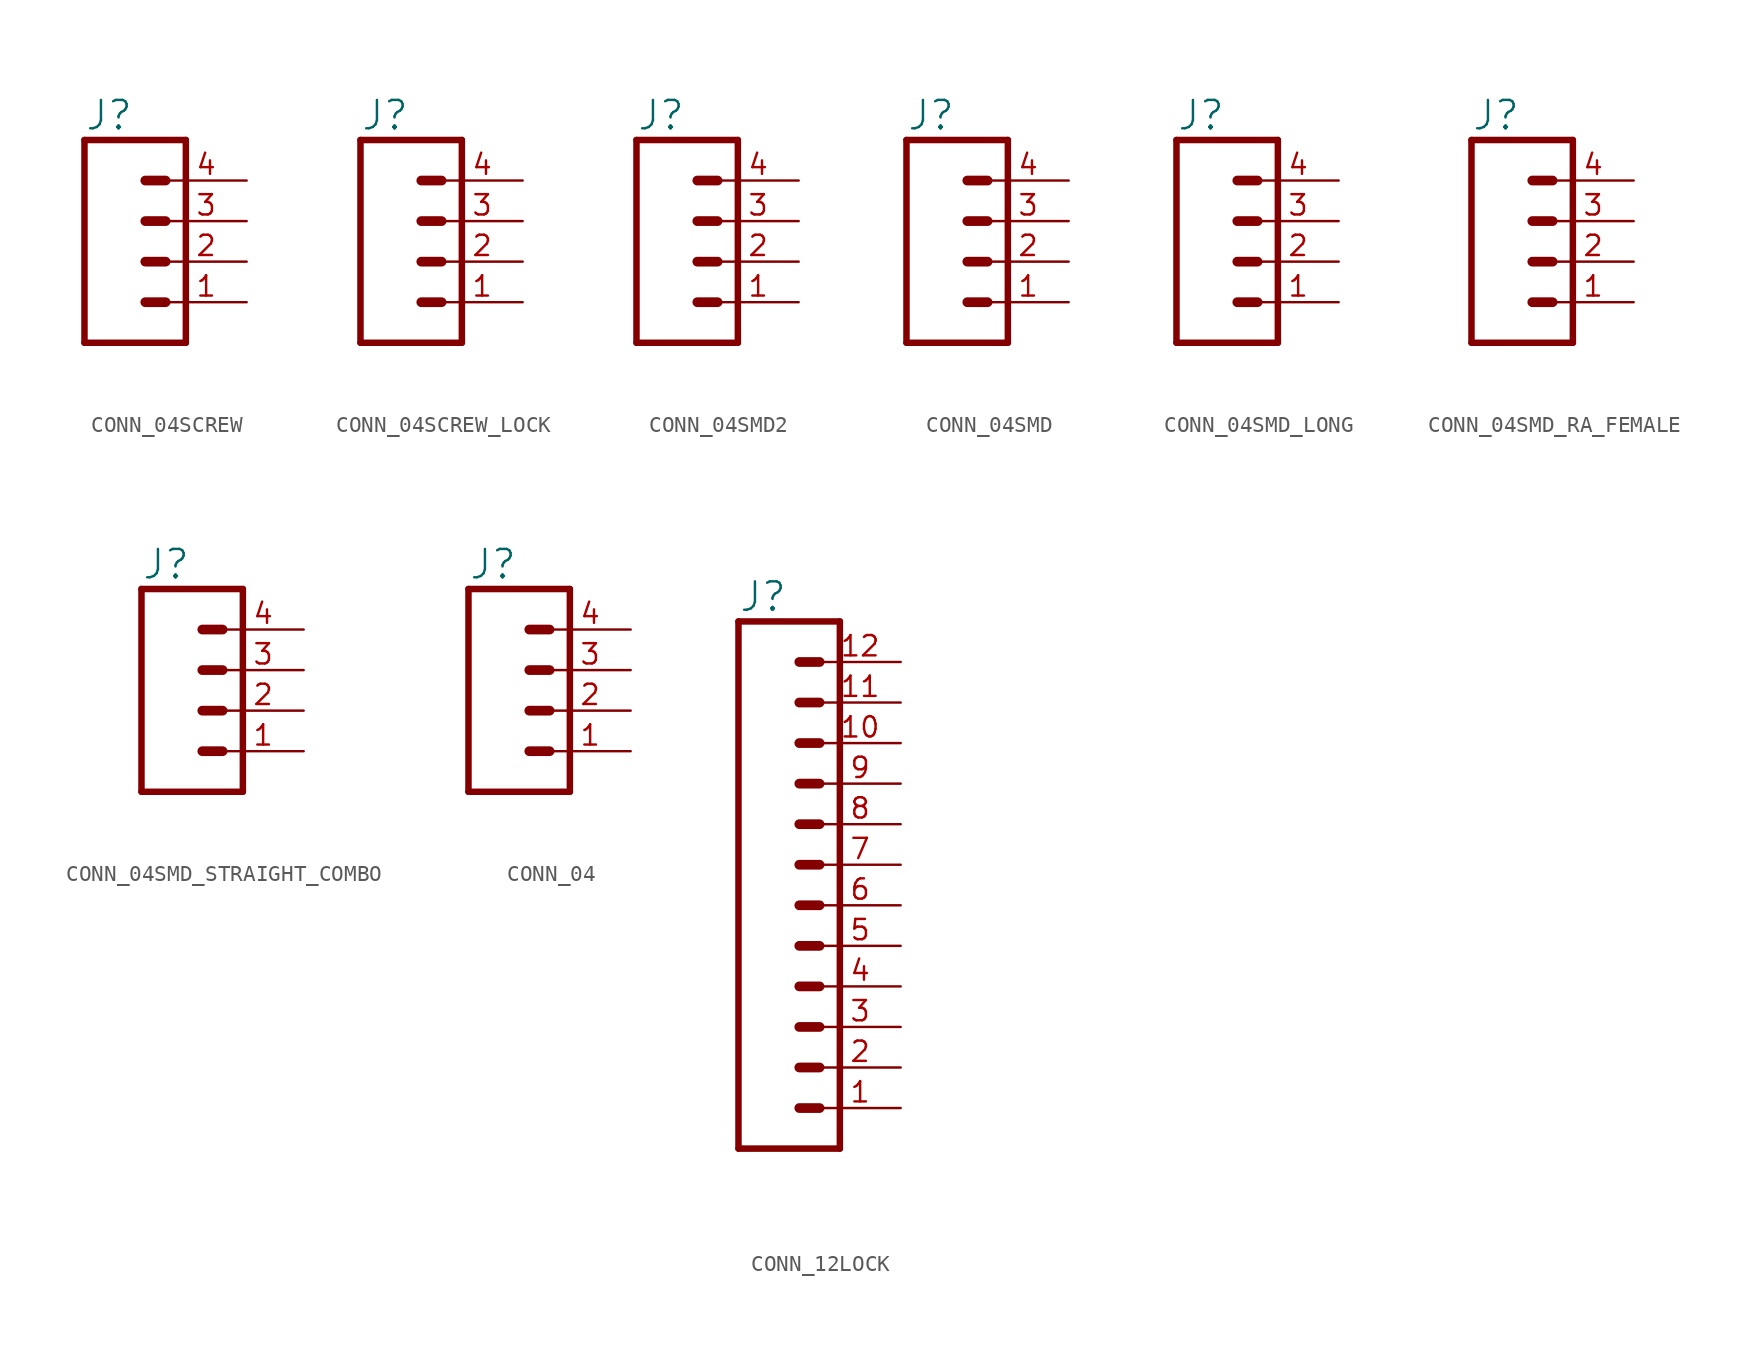
<source format=kicad_sym>
(kicad_symbol_lib
  (version 20231120)
  (generator "kicad_symbol_editor")
  (generator_version "8.0")
  (symbol "CONN_04SCREW"
    (property "Reference" "J"
      (at -5.08 8.128 0)
      (effects (font (size 1.778 1.778)) (justify left bottom)))
    (property "Value" ""
      (at -5.08 -7.366 0)
      (effects (font (size 1.778 1.778)) (justify left bottom)))
    (property "ki_locked" ""
      (at 0 0 0)
      (effects (font (size 1.27 1.27))))
    (symbol "CONN_04SCREW_1_0"
      (polyline (pts (xy -5.08 7.62) (xy -5.08 -5.08)) (stroke (width 0.406) (type solid)) (fill (type none)))
      (polyline (pts (xy -5.08 7.62) (xy 1.27 7.62)) (stroke (width 0.406) (type solid)) (fill (type none)))
      (polyline (pts (xy -1.27 -2.54) (xy 0 -2.54)) (stroke (width 0.61) (type solid)) (fill (type none)))
      (polyline (pts (xy -1.27 0) (xy 0 0)) (stroke (width 0.61) (type solid)) (fill (type none)))
      (polyline (pts (xy -1.27 2.54) (xy 0 2.54)) (stroke (width 0.61) (type solid)) (fill (type none)))
      (polyline (pts (xy -1.27 5.08) (xy 0 5.08)) (stroke (width 0.61) (type solid)) (fill (type none)))
      (polyline (pts (xy 1.27 -5.08) (xy -5.08 -5.08)) (stroke (width 0.406) (type solid)) (fill (type none)))
      (polyline (pts (xy 1.27 -5.08) (xy 1.27 7.62)) (stroke (width 0.406) (type solid)) (fill (type none)))
      (pin passive line (at 5.08 -2.54 180) (length 5.08) (name "1" (effects (font (size 0 0)))) (number "1" (effects (font (size 1.27 1.27)))))
      (pin passive line (at 5.08 0 180) (length 5.08) (name "2" (effects (font (size 0 0)))) (number "2" (effects (font (size 1.27 1.27)))))
      (pin passive line (at 5.08 2.54 180) (length 5.08) (name "3" (effects (font (size 0 0)))) (number "3" (effects (font (size 1.27 1.27)))))
      (pin passive line (at 5.08 5.08 180) (length 5.08) (name "4" (effects (font (size 0 0)))) (number "4" (effects (font (size 1.27 1.27)))))))
  (symbol "CONN_04SCREW_LOCK"
    (property "Reference" "J"
      (at -5.08 8.128 0)
      (effects (font (size 1.778 1.778)) (justify left bottom)))
    (property "Value" ""
      (at -5.08 -7.366 0)
      (effects (font (size 1.778 1.778)) (justify left bottom)))
    (property "ki_locked" ""
      (at 0 0 0)
      (effects (font (size 1.27 1.27))))
    (symbol "CONN_04SCREW_LOCK_1_0"
      (polyline (pts (xy -5.08 7.62) (xy -5.08 -5.08)) (stroke (width 0.406) (type solid)) (fill (type none)))
      (polyline (pts (xy -5.08 7.62) (xy 1.27 7.62)) (stroke (width 0.406) (type solid)) (fill (type none)))
      (polyline (pts (xy -1.27 -2.54) (xy 0 -2.54)) (stroke (width 0.61) (type solid)) (fill (type none)))
      (polyline (pts (xy -1.27 0) (xy 0 0)) (stroke (width 0.61) (type solid)) (fill (type none)))
      (polyline (pts (xy -1.27 2.54) (xy 0 2.54)) (stroke (width 0.61) (type solid)) (fill (type none)))
      (polyline (pts (xy -1.27 5.08) (xy 0 5.08)) (stroke (width 0.61) (type solid)) (fill (type none)))
      (polyline (pts (xy 1.27 -5.08) (xy -5.08 -5.08)) (stroke (width 0.406) (type solid)) (fill (type none)))
      (polyline (pts (xy 1.27 -5.08) (xy 1.27 7.62)) (stroke (width 0.406) (type solid)) (fill (type none)))
      (pin passive line (at 5.08 -2.54 180) (length 5.08) (name "1" (effects (font (size 0 0)))) (number "1" (effects (font (size 1.27 1.27)))))
      (pin passive line (at 5.08 0 180) (length 5.08) (name "2" (effects (font (size 0 0)))) (number "2" (effects (font (size 1.27 1.27)))))
      (pin passive line (at 5.08 2.54 180) (length 5.08) (name "3" (effects (font (size 0 0)))) (number "3" (effects (font (size 1.27 1.27)))))
      (pin passive line (at 5.08 5.08 180) (length 5.08) (name "4" (effects (font (size 0 0)))) (number "4" (effects (font (size 1.27 1.27)))))))
  (symbol "CONN_04SMD2"
    (property "Reference" "J"
      (at -5.08 8.128 0)
      (effects (font (size 1.778 1.778)) (justify left bottom)))
    (property "Value" ""
      (at -5.08 -7.366 0)
      (effects (font (size 1.778 1.778)) (justify left bottom)))
    (property "ki_locked" ""
      (at 0 0 0)
      (effects (font (size 1.27 1.27))))
    (symbol "CONN_04SMD2_1_0"
      (polyline (pts (xy -5.08 7.62) (xy -5.08 -5.08)) (stroke (width 0.406) (type solid)) (fill (type none)))
      (polyline (pts (xy -5.08 7.62) (xy 1.27 7.62)) (stroke (width 0.406) (type solid)) (fill (type none)))
      (polyline (pts (xy -1.27 -2.54) (xy 0 -2.54)) (stroke (width 0.61) (type solid)) (fill (type none)))
      (polyline (pts (xy -1.27 0) (xy 0 0)) (stroke (width 0.61) (type solid)) (fill (type none)))
      (polyline (pts (xy -1.27 2.54) (xy 0 2.54)) (stroke (width 0.61) (type solid)) (fill (type none)))
      (polyline (pts (xy -1.27 5.08) (xy 0 5.08)) (stroke (width 0.61) (type solid)) (fill (type none)))
      (polyline (pts (xy 1.27 -5.08) (xy -5.08 -5.08)) (stroke (width 0.406) (type solid)) (fill (type none)))
      (polyline (pts (xy 1.27 -5.08) (xy 1.27 7.62)) (stroke (width 0.406) (type solid)) (fill (type none)))
      (pin passive line (at 5.08 -2.54 180) (length 5.08) (name "1" (effects (font (size 0 0)))) (number "1" (effects (font (size 1.27 1.27)))))
      (pin passive line (at 5.08 0 180) (length 5.08) (name "2" (effects (font (size 0 0)))) (number "2" (effects (font (size 1.27 1.27)))))
      (pin passive line (at 5.08 2.54 180) (length 5.08) (name "3" (effects (font (size 0 0)))) (number "3" (effects (font (size 1.27 1.27)))))
      (pin passive line (at 5.08 5.08 180) (length 5.08) (name "4" (effects (font (size 0 0)))) (number "4" (effects (font (size 1.27 1.27)))))))
  (symbol "CONN_04SMD"
    (property "Reference" "J"
      (at -5.08 8.128 0)
      (effects (font (size 1.778 1.778)) (justify left bottom)))
    (property "Value" ""
      (at -5.08 -7.366 0)
      (effects (font (size 1.778 1.778)) (justify left bottom)))
    (property "ki_locked" ""
      (at 0 0 0)
      (effects (font (size 1.27 1.27))))
    (symbol "CONN_04SMD_1_0"
      (polyline (pts (xy -5.08 7.62) (xy -5.08 -5.08)) (stroke (width 0.406) (type solid)) (fill (type none)))
      (polyline (pts (xy -5.08 7.62) (xy 1.27 7.62)) (stroke (width 0.406) (type solid)) (fill (type none)))
      (polyline (pts (xy -1.27 -2.54) (xy 0 -2.54)) (stroke (width 0.61) (type solid)) (fill (type none)))
      (polyline (pts (xy -1.27 0) (xy 0 0)) (stroke (width 0.61) (type solid)) (fill (type none)))
      (polyline (pts (xy -1.27 2.54) (xy 0 2.54)) (stroke (width 0.61) (type solid)) (fill (type none)))
      (polyline (pts (xy -1.27 5.08) (xy 0 5.08)) (stroke (width 0.61) (type solid)) (fill (type none)))
      (polyline (pts (xy 1.27 -5.08) (xy -5.08 -5.08)) (stroke (width 0.406) (type solid)) (fill (type none)))
      (polyline (pts (xy 1.27 -5.08) (xy 1.27 7.62)) (stroke (width 0.406) (type solid)) (fill (type none)))
      (pin passive line (at 5.08 -2.54 180) (length 5.08) (name "1" (effects (font (size 0 0)))) (number "1" (effects (font (size 1.27 1.27)))))
      (pin passive line (at 5.08 0 180) (length 5.08) (name "2" (effects (font (size 0 0)))) (number "2" (effects (font (size 1.27 1.27)))))
      (pin passive line (at 5.08 2.54 180) (length 5.08) (name "3" (effects (font (size 0 0)))) (number "3" (effects (font (size 1.27 1.27)))))
      (pin passive line (at 5.08 5.08 180) (length 5.08) (name "4" (effects (font (size 0 0)))) (number "4" (effects (font (size 1.27 1.27)))))))
  (symbol "CONN_04SMD_LONG"
    (property "Reference" "J"
      (at -5.08 8.128 0)
      (effects (font (size 1.778 1.778)) (justify left bottom)))
    (property "Value" ""
      (at -5.08 -7.366 0)
      (effects (font (size 1.778 1.778)) (justify left bottom)))
    (property "ki_locked" ""
      (at 0 0 0)
      (effects (font (size 1.27 1.27))))
    (symbol "CONN_04SMD_LONG_1_0"
      (polyline (pts (xy -5.08 7.62) (xy -5.08 -5.08)) (stroke (width 0.406) (type solid)) (fill (type none)))
      (polyline (pts (xy -5.08 7.62) (xy 1.27 7.62)) (stroke (width 0.406) (type solid)) (fill (type none)))
      (polyline (pts (xy -1.27 -2.54) (xy 0 -2.54)) (stroke (width 0.61) (type solid)) (fill (type none)))
      (polyline (pts (xy -1.27 0) (xy 0 0)) (stroke (width 0.61) (type solid)) (fill (type none)))
      (polyline (pts (xy -1.27 2.54) (xy 0 2.54)) (stroke (width 0.61) (type solid)) (fill (type none)))
      (polyline (pts (xy -1.27 5.08) (xy 0 5.08)) (stroke (width 0.61) (type solid)) (fill (type none)))
      (polyline (pts (xy 1.27 -5.08) (xy -5.08 -5.08)) (stroke (width 0.406) (type solid)) (fill (type none)))
      (polyline (pts (xy 1.27 -5.08) (xy 1.27 7.62)) (stroke (width 0.406) (type solid)) (fill (type none)))
      (pin passive line (at 5.08 -2.54 180) (length 5.08) (name "1" (effects (font (size 0 0)))) (number "1" (effects (font (size 1.27 1.27)))))
      (pin passive line (at 5.08 0 180) (length 5.08) (name "2" (effects (font (size 0 0)))) (number "2" (effects (font (size 1.27 1.27)))))
      (pin passive line (at 5.08 2.54 180) (length 5.08) (name "3" (effects (font (size 0 0)))) (number "3" (effects (font (size 1.27 1.27)))))
      (pin passive line (at 5.08 5.08 180) (length 5.08) (name "4" (effects (font (size 0 0)))) (number "4" (effects (font (size 1.27 1.27)))))))
  (symbol "CONN_04SMD_RA_FEMALE"
    (property "Reference" "J"
      (at -5.08 8.128 0)
      (effects (font (size 1.778 1.778)) (justify left bottom)))
    (property "Value" ""
      (at -5.08 -7.366 0)
      (effects (font (size 1.778 1.778)) (justify left bottom)))
    (property "ki_locked" ""
      (at 0 0 0)
      (effects (font (size 1.27 1.27))))
    (symbol "CONN_04SMD_RA_FEMALE_1_0"
      (polyline (pts (xy -5.08 7.62) (xy -5.08 -5.08)) (stroke (width 0.406) (type solid)) (fill (type none)))
      (polyline (pts (xy -5.08 7.62) (xy 1.27 7.62)) (stroke (width 0.406) (type solid)) (fill (type none)))
      (polyline (pts (xy -1.27 -2.54) (xy 0 -2.54)) (stroke (width 0.61) (type solid)) (fill (type none)))
      (polyline (pts (xy -1.27 0) (xy 0 0)) (stroke (width 0.61) (type solid)) (fill (type none)))
      (polyline (pts (xy -1.27 2.54) (xy 0 2.54)) (stroke (width 0.61) (type solid)) (fill (type none)))
      (polyline (pts (xy -1.27 5.08) (xy 0 5.08)) (stroke (width 0.61) (type solid)) (fill (type none)))
      (polyline (pts (xy 1.27 -5.08) (xy -5.08 -5.08)) (stroke (width 0.406) (type solid)) (fill (type none)))
      (polyline (pts (xy 1.27 -5.08) (xy 1.27 7.62)) (stroke (width 0.406) (type solid)) (fill (type none)))
      (pin passive line (at 5.08 -2.54 180) (length 5.08) (name "1" (effects (font (size 0 0)))) (number "1" (effects (font (size 1.27 1.27)))))
      (pin passive line (at 5.08 0 180) (length 5.08) (name "2" (effects (font (size 0 0)))) (number "2" (effects (font (size 1.27 1.27)))))
      (pin passive line (at 5.08 2.54 180) (length 5.08) (name "3" (effects (font (size 0 0)))) (number "3" (effects (font (size 1.27 1.27)))))
      (pin passive line (at 5.08 5.08 180) (length 5.08) (name "4" (effects (font (size 0 0)))) (number "4" (effects (font (size 1.27 1.27)))))))
  (symbol "CONN_04SMD_STRAIGHT_COMBO"
    (property "Reference" "J"
      (at -5.08 8.128 0)
      (effects (font (size 1.778 1.778)) (justify left bottom)))
    (property "Value" ""
      (at -5.08 -7.366 0)
      (effects (font (size 1.778 1.778)) (justify left bottom)))
    (property "ki_locked" ""
      (at 0 0 0)
      (effects (font (size 1.27 1.27))))
    (symbol "CONN_04SMD_STRAIGHT_COMBO_1_0"
      (polyline (pts (xy -5.08 7.62) (xy -5.08 -5.08)) (stroke (width 0.406) (type solid)) (fill (type none)))
      (polyline (pts (xy -5.08 7.62) (xy 1.27 7.62)) (stroke (width 0.406) (type solid)) (fill (type none)))
      (polyline (pts (xy -1.27 -2.54) (xy 0 -2.54)) (stroke (width 0.61) (type solid)) (fill (type none)))
      (polyline (pts (xy -1.27 0) (xy 0 0)) (stroke (width 0.61) (type solid)) (fill (type none)))
      (polyline (pts (xy -1.27 2.54) (xy 0 2.54)) (stroke (width 0.61) (type solid)) (fill (type none)))
      (polyline (pts (xy -1.27 5.08) (xy 0 5.08)) (stroke (width 0.61) (type solid)) (fill (type none)))
      (polyline (pts (xy 1.27 -5.08) (xy -5.08 -5.08)) (stroke (width 0.406) (type solid)) (fill (type none)))
      (polyline (pts (xy 1.27 -5.08) (xy 1.27 7.62)) (stroke (width 0.406) (type solid)) (fill (type none)))
      (pin passive line (at 5.08 -2.54 180) (length 5.08) (name "1" (effects (font (size 0 0)))) (number "1" (effects (font (size 1.27 1.27)))))
      (pin passive line (at 5.08 0 180) (length 5.08) (name "2" (effects (font (size 0 0)))) (number "2" (effects (font (size 1.27 1.27)))))
      (pin passive line (at 5.08 2.54 180) (length 5.08) (name "3" (effects (font (size 0 0)))) (number "3" (effects (font (size 1.27 1.27)))))
      (pin passive line (at 5.08 5.08 180) (length 5.08) (name "4" (effects (font (size 0 0)))) (number "4" (effects (font (size 1.27 1.27)))))))
  (symbol "CONN_04"
    (property "Reference" "J"
      (at -5.08 8.128 0)
      (effects (font (size 1.778 1.778)) (justify left bottom)))
    (property "Value" ""
      (at -5.08 -7.366 0)
      (effects (font (size 1.778 1.778)) (justify left bottom)))
    (property "ki_locked" ""
      (at 0 0 0)
      (effects (font (size 1.27 1.27))))
    (symbol "CONN_04_1_0"
      (polyline (pts (xy -5.08 7.62) (xy -5.08 -5.08)) (stroke (width 0.406) (type solid)) (fill (type none)))
      (polyline (pts (xy -5.08 7.62) (xy 1.27 7.62)) (stroke (width 0.406) (type solid)) (fill (type none)))
      (polyline (pts (xy -1.27 -2.54) (xy 0 -2.54)) (stroke (width 0.61) (type solid)) (fill (type none)))
      (polyline (pts (xy -1.27 0) (xy 0 0)) (stroke (width 0.61) (type solid)) (fill (type none)))
      (polyline (pts (xy -1.27 2.54) (xy 0 2.54)) (stroke (width 0.61) (type solid)) (fill (type none)))
      (polyline (pts (xy -1.27 5.08) (xy 0 5.08)) (stroke (width 0.61) (type solid)) (fill (type none)))
      (polyline (pts (xy 1.27 -5.08) (xy -5.08 -5.08)) (stroke (width 0.406) (type solid)) (fill (type none)))
      (polyline (pts (xy 1.27 -5.08) (xy 1.27 7.62)) (stroke (width 0.406) (type solid)) (fill (type none)))
      (pin passive line (at 5.08 -2.54 180) (length 5.08) (name "1" (effects (font (size 0 0)))) (number "1" (effects (font (size 1.27 1.27)))))
      (pin passive line (at 5.08 0 180) (length 5.08) (name "2" (effects (font (size 0 0)))) (number "2" (effects (font (size 1.27 1.27)))))
      (pin passive line (at 5.08 2.54 180) (length 5.08) (name "3" (effects (font (size 0 0)))) (number "3" (effects (font (size 1.27 1.27)))))
      (pin passive line (at 5.08 5.08 180) (length 5.08) (name "4" (effects (font (size 0 0)))) (number "4" (effects (font (size 1.27 1.27)))))))
  (symbol "CONN_12LOCK"
    (property "Reference" "J"
      (at 0 15.748 0)
      (effects (font (size 1.778 1.778)) (justify left bottom)))
    (property "Value" ""
      (at 0 -20.066 0)
      (effects (font (size 1.778 1.778)) (justify left bottom)))
    (property "ki_locked" ""
      (at 0 0 0)
      (effects (font (size 1.27 1.27))))
    (symbol "CONN_12LOCK_1_0"
      (polyline (pts (xy 0 15.24) (xy 0 -17.78)) (stroke (width 0.406) (type solid)) (fill (type none)))
      (polyline (pts (xy 0 15.24) (xy 6.35 15.24)) (stroke (width 0.406) (type solid)) (fill (type none)))
      (polyline (pts (xy 3.81 -15.24) (xy 5.08 -15.24)) (stroke (width 0.61) (type solid)) (fill (type none)))
      (polyline (pts (xy 3.81 -12.7) (xy 5.08 -12.7)) (stroke (width 0.61) (type solid)) (fill (type none)))
      (polyline (pts (xy 3.81 -10.16) (xy 5.08 -10.16)) (stroke (width 0.61) (type solid)) (fill (type none)))
      (polyline (pts (xy 3.81 -7.62) (xy 5.08 -7.62)) (stroke (width 0.61) (type solid)) (fill (type none)))
      (polyline (pts (xy 3.81 -5.08) (xy 5.08 -5.08)) (stroke (width 0.61) (type solid)) (fill (type none)))
      (polyline (pts (xy 3.81 -2.54) (xy 5.08 -2.54)) (stroke (width 0.61) (type solid)) (fill (type none)))
      (polyline (pts (xy 3.81 0) (xy 5.08 0)) (stroke (width 0.61) (type solid)) (fill (type none)))
      (polyline (pts (xy 3.81 2.54) (xy 5.08 2.54)) (stroke (width 0.61) (type solid)) (fill (type none)))
      (polyline (pts (xy 3.81 5.08) (xy 5.08 5.08)) (stroke (width 0.61) (type solid)) (fill (type none)))
      (polyline (pts (xy 3.81 7.62) (xy 5.08 7.62)) (stroke (width 0.61) (type solid)) (fill (type none)))
      (polyline (pts (xy 3.81 10.16) (xy 5.08 10.16)) (stroke (width 0.61) (type solid)) (fill (type none)))
      (polyline (pts (xy 3.81 12.7) (xy 5.08 12.7)) (stroke (width 0.61) (type solid)) (fill (type none)))
      (polyline (pts (xy 6.35 -17.78) (xy 0 -17.78)) (stroke (width 0.406) (type solid)) (fill (type none)))
      (polyline (pts (xy 6.35 -17.78) (xy 6.35 15.24)) (stroke (width 0.406) (type solid)) (fill (type none)))
      (pin passive line (at 10.16 -15.24 180) (length 5.08) (name "1" (effects (font (size 0 0)))) (number "1" (effects (font (size 1.27 1.27)))))
      (pin passive line (at 10.16 7.62 180) (length 5.08) (name "10" (effects (font (size 0 0)))) (number "10" (effects (font (size 1.27 1.27)))))
      (pin passive line (at 10.16 10.16 180) (length 5.08) (name "11" (effects (font (size 0 0)))) (number "11" (effects (font (size 1.27 1.27)))))
      (pin passive line (at 10.16 12.7 180) (length 5.08) (name "12" (effects (font (size 0 0)))) (number "12" (effects (font (size 1.27 1.27)))))
      (pin passive line (at 10.16 -12.7 180) (length 5.08) (name "2" (effects (font (size 0 0)))) (number "2" (effects (font (size 1.27 1.27)))))
      (pin passive line (at 10.16 -10.16 180) (length 5.08) (name "3" (effects (font (size 0 0)))) (number "3" (effects (font (size 1.27 1.27)))))
      (pin passive line (at 10.16 -7.62 180) (length 5.08) (name "4" (effects (font (size 0 0)))) (number "4" (effects (font (size 1.27 1.27)))))
      (pin passive line (at 10.16 -5.08 180) (length 5.08) (name "5" (effects (font (size 0 0)))) (number "5" (effects (font (size 1.27 1.27)))))
      (pin passive line (at 10.16 -2.54 180) (length 5.08) (name "6" (effects (font (size 0 0)))) (number "6" (effects (font (size 1.27 1.27)))))
      (pin passive line (at 10.16 0 180) (length 5.08) (name "7" (effects (font (size 0 0)))) (number "7" (effects (font (size 1.27 1.27)))))
      (pin passive line (at 10.16 2.54 180) (length 5.08) (name "8" (effects (font (size 0 0)))) (number "8" (effects (font (size 1.27 1.27)))))
      (pin passive line (at 10.16 5.08 180) (length 5.08) (name "9" (effects (font (size 0 0)))) (number "9" (effects (font (size 1.27 1.27))))))))
</source>
